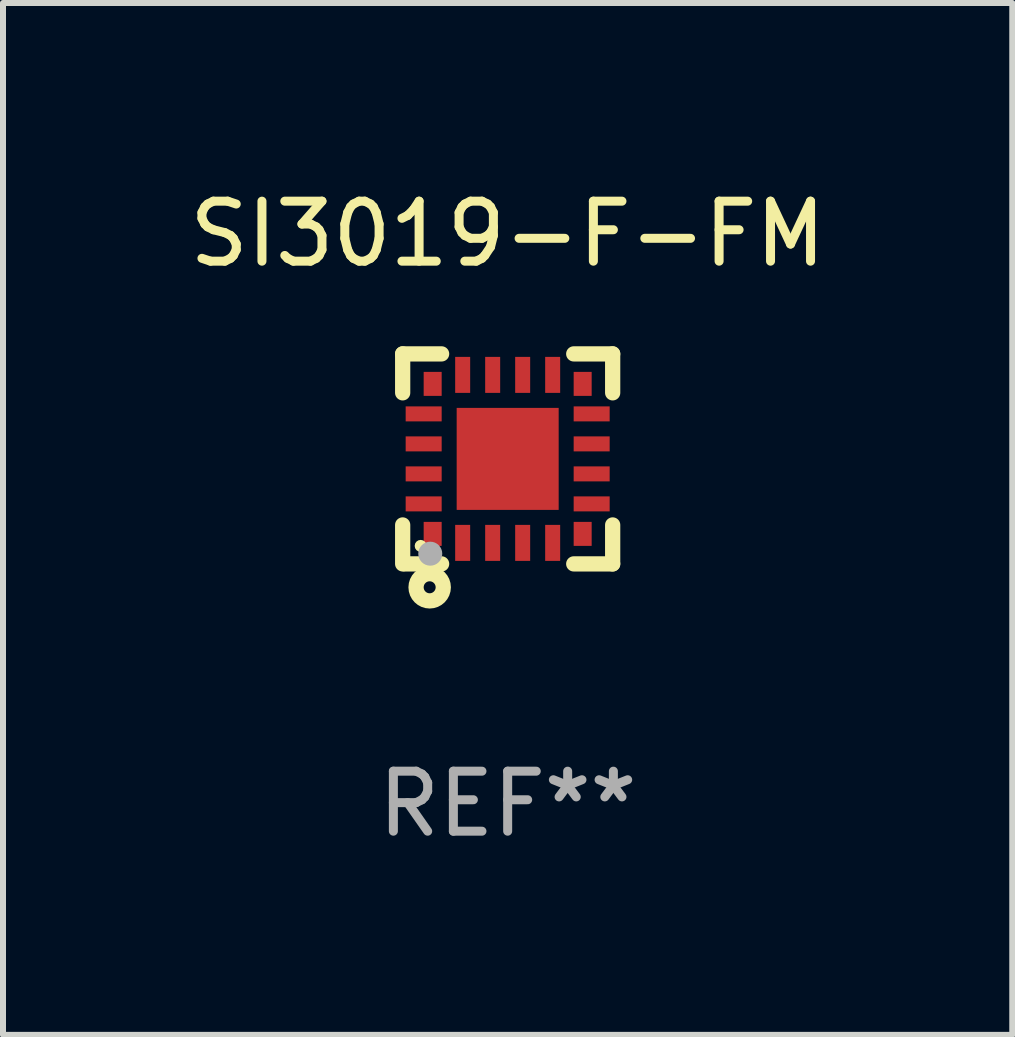
<source format=kicad_pcb>
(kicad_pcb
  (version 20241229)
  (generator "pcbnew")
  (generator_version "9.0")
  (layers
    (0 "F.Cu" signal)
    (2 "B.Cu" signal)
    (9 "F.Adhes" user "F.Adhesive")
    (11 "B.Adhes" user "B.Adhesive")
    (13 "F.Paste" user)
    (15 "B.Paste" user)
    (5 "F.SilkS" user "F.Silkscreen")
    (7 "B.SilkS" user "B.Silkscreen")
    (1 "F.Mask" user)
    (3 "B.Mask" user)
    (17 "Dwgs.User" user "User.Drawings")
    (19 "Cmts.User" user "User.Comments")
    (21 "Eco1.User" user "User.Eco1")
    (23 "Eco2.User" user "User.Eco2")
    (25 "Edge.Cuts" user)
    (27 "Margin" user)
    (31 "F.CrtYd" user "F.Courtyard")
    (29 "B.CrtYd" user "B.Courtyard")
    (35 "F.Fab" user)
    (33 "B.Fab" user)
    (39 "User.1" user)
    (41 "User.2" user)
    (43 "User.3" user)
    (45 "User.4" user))
  (footprint "SI3019-F-FM"
    (layer "F.Cu")
    (at 5.411 4.598)
    (property "Reference" "SI3019-F-FM" (at 0 -3.75 0) (layer "F.SilkS") (effects (font (size 1 1) (thickness 0.15))))
    (attr through_hole)
    (fp_line (start -1.75 -1.75) (end -1.75 -1.101) (stroke (width 0.254) (type solid)) (layer "F.SilkS"))
    (fp_line (start -1.75 -1.75) (end -1.101 -1.75) (stroke (width 0.254) (type solid)) (layer "F.SilkS"))
    (fp_line (start -1.75 1.101) (end -1.75 1.75) (stroke (width 0.254) (type solid)) (layer "F.SilkS"))
    (fp_line (start -1.101 1.75) (end -1.716 1.75) (stroke (width 0.254) (type solid)) (layer "F.SilkS"))
    (fp_line (start 1.101 -1.75) (end 1.75 -1.75) (stroke (width 0.254) (type solid)) (layer "F.SilkS"))
    (fp_line (start 1.75 -1.75) (end 1.75 -1.101) (stroke (width 0.254) (type solid)) (layer "F.SilkS"))
    (fp_line (start 1.75 1.101) (end 1.75 1.75) (stroke (width 0.254) (type solid)) (layer "F.SilkS"))
    (fp_line (start 1.75 1.75) (end 1.101 1.75) (stroke (width 0.254) (type solid)) (layer "F.SilkS"))
    (fp_circle (center -1.45 1.45) (end -1.4 1.45) (stroke (width 0.1) (type solid)) (fill no) (layer "F.SilkS"))
    (fp_circle (center -1.3 2.14) (end -1.2 2.14) (stroke (width 0.254) (type solid)) (fill no) (layer "F.SilkS"))
    (fp_circle (center -1.29 1.58) (end -1.19 1.58) (stroke (width 0.2) (type solid)) (fill no) (layer "F.Fab"))
    (fp_text user "REF**" (at 0 5.75 0) (layer "F.Fab") (effects (font (size 1 1) (thickness 0.15))))
    (pad "1" smd rect (at -1.25 1.25) (size 0.3 0.4) (layers "F.Cu" "F.Mask" "F.Paste"))
    (pad "2" smd rect (at -0.75 1.4) (size 0.25 0.6) (layers "F.Cu" "F.Mask" "F.Paste"))
    (pad "3" smd rect (at -0.25 1.4) (size 0.25 0.6) (layers "F.Cu" "F.Mask" "F.Paste"))
    (pad "4" smd rect (at 0.25 1.4) (size 0.25 0.6) (layers "F.Cu" "F.Mask" "F.Paste"))
    (pad "5" smd rect (at 0.75 1.4) (size 0.25 0.6) (layers "F.Cu" "F.Mask" "F.Paste"))
    (pad "6" smd rect (at 1.25 1.25 180) (size 0.3 0.4) (layers "F.Cu" "F.Mask" "F.Paste"))
    (pad "7" smd rect (at 1.4 0.75 90) (size 0.25 0.6) (layers "F.Cu" "F.Mask" "F.Paste"))
    (pad "8" smd rect (at 1.4 0.25 90) (size 0.25 0.6) (layers "F.Cu" "F.Mask" "F.Paste"))
    (pad "9" smd rect (at 1.4 -0.25 90) (size 0.25 0.6) (layers "F.Cu" "F.Mask" "F.Paste"))
    (pad "10" smd rect (at 1.4 -0.75 90) (size 0.25 0.6) (layers "F.Cu" "F.Mask" "F.Paste"))
    (pad "11" smd rect (at 1.25 -1.25 180) (size 0.3 0.4) (layers "F.Cu" "F.Mask" "F.Paste"))
    (pad "12" smd rect (at 0.75 -1.4 180) (size 0.25 0.6) (layers "F.Cu" "F.Mask" "F.Paste"))
    (pad "13" smd rect (at 0.25 -1.4 180) (size 0.25 0.6) (layers "F.Cu" "F.Mask" "F.Paste"))
    (pad "14" smd rect (at -0.25 -1.4 180) (size 0.25 0.6) (layers "F.Cu" "F.Mask" "F.Paste"))
    (pad "15" smd rect (at -0.75 -1.4 180) (size 0.25 0.6) (layers "F.Cu" "F.Mask" "F.Paste"))
    (pad "16" smd rect (at -1.25 -1.25) (size 0.3 0.4) (layers "F.Cu" "F.Mask" "F.Paste"))
    (pad "17" smd rect (at -1.4 -0.75 270) (size 0.25 0.6) (layers "F.Cu" "F.Mask" "F.Paste"))
    (pad "18" smd rect (at -1.4 -0.25 270) (size 0.25 0.6) (layers "F.Cu" "F.Mask" "F.Paste"))
    (pad "19" smd rect (at -1.4 0.25 270) (size 0.25 0.6) (layers "F.Cu" "F.Mask" "F.Paste"))
    (pad "20" smd rect (at -1.4 0.75 270) (size 0.25 0.6) (layers "F.Cu" "F.Mask" "F.Paste"))
    (pad "21" smd rect (at 0.000127 0.000076 270) (size 1.7 1.7) (layers "F.Cu" "F.Mask" "F.Paste")))
  (gr_rect
    (start -3 -3)
    (end 13.821 14.197)
    (stroke (width 0.1) (type default))
    (fill no)
    (layer "Edge.Cuts")))
</source>
